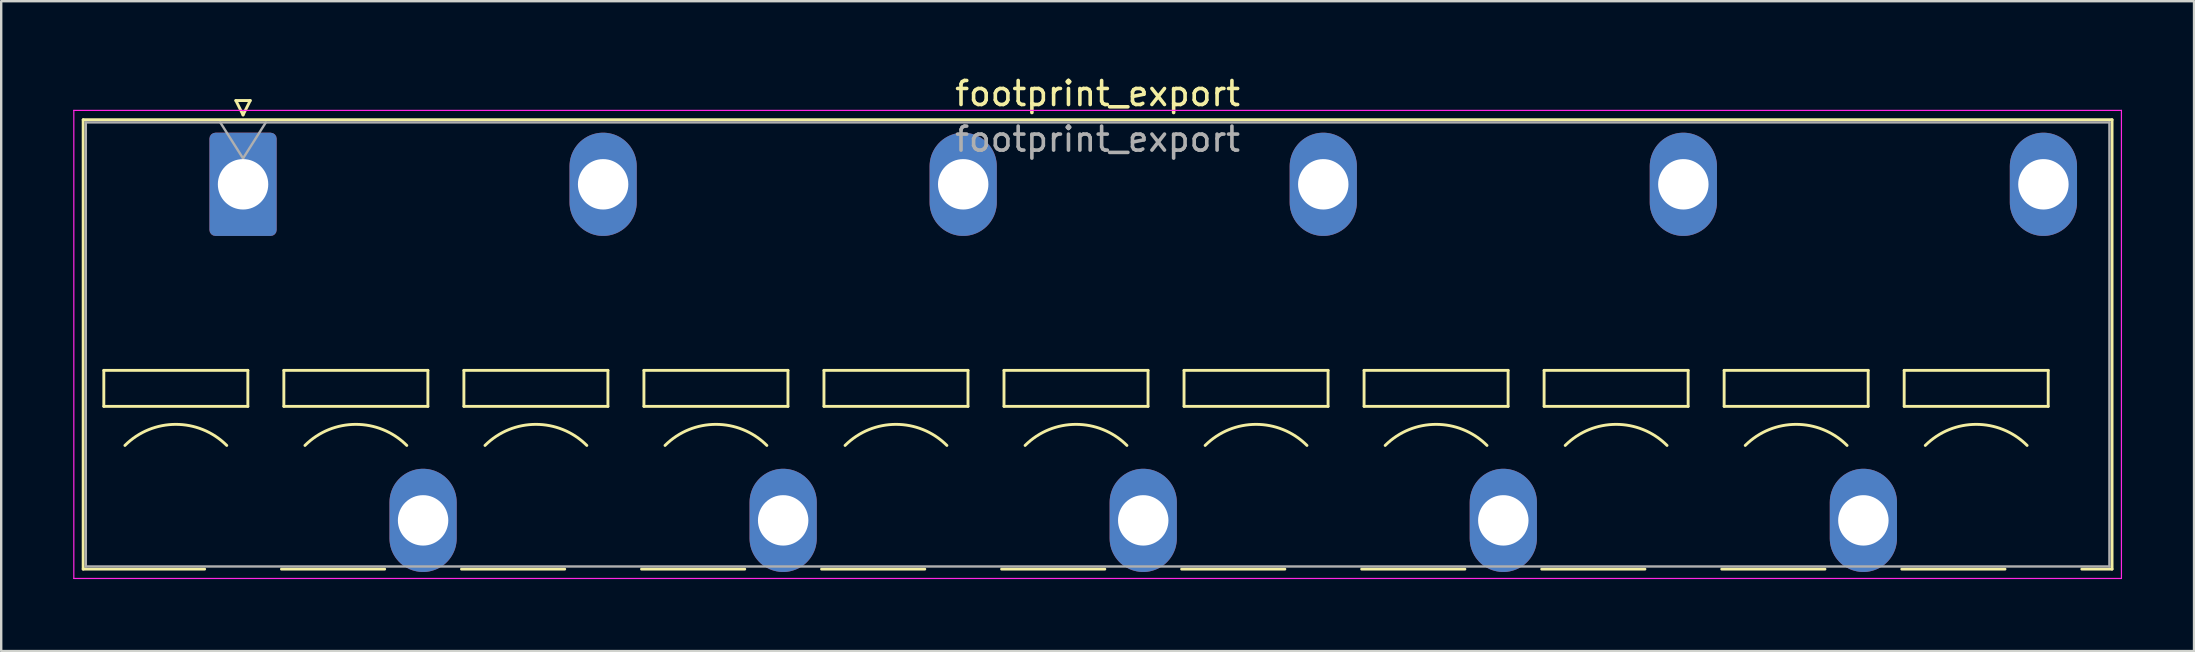
<source format=kicad_pcb>
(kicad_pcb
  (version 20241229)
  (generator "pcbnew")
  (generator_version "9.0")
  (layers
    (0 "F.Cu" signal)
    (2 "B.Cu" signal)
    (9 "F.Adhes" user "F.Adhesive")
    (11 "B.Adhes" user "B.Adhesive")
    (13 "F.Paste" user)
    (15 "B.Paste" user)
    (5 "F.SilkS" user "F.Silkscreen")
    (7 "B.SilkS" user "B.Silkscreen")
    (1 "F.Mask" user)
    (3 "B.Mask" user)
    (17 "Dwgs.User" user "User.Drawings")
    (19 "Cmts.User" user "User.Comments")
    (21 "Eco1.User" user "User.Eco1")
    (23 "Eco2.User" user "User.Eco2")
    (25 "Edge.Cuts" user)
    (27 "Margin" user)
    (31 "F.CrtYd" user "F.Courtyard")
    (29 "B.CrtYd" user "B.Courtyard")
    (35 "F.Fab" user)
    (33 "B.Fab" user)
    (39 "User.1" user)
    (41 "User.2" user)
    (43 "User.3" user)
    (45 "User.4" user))
  (footprint "footprint_export"
    (layer "F.Cu")
    (at 7.075 4.628)
    (property "Reference" "footprint_export" (at 35.6 -3.78 0) (layer "F.SilkS") (effects (font (size 1 1) (thickness 0.15))))
    (attr through_hole)
    (fp_line (start -6.66 -2.69) (end 77.86 -2.69) (stroke (width 0.12) (type solid)) (layer "F.SilkS"))
    (fp_line (start -6.66 16.03) (end -6.66 -2.69) (stroke (width 0.12) (type solid)) (layer "F.SilkS"))
    (fp_line (start -6.66 16.03) (end -1.6 16.03) (stroke (width 0.12) (type solid)) (layer "F.SilkS"))
    (fp_line (start -5.8 7.75) (end -5.8 9.25) (stroke (width 0.12) (type solid)) (layer "F.SilkS"))
    (fp_line (start -5.8 9.25) (end 0.2 9.25) (stroke (width 0.12) (type solid)) (layer "F.SilkS"))
    (fp_line (start -0.3 -3.49) (end 0 -2.89) (stroke (width 0.12) (type solid)) (layer "F.SilkS"))
    (fp_line (start -0.3 -3.49) (end 0.3 -3.49) (stroke (width 0.12) (type solid)) (layer "F.SilkS"))
    (fp_line (start 0.2 7.75) (end -5.8 7.75) (stroke (width 0.12) (type solid)) (layer "F.SilkS"))
    (fp_line (start 0.2 9.25) (end 0.2 7.75) (stroke (width 0.12) (type solid)) (layer "F.SilkS"))
    (fp_line (start 0.3 -3.49) (end 0 -2.89) (stroke (width 0.12) (type solid)) (layer "F.SilkS"))
    (fp_line (start 1.6 16.03) (end 5.9 16.03) (stroke (width 0.12) (type solid)) (layer "F.SilkS"))
    (fp_line (start 1.7 7.75) (end 1.7 9.25) (stroke (width 0.12) (type solid)) (layer "F.SilkS"))
    (fp_line (start 1.7 9.25) (end 7.7 9.25) (stroke (width 0.12) (type solid)) (layer "F.SilkS"))
    (fp_line (start 7.7 7.75) (end 1.7 7.75) (stroke (width 0.12) (type solid)) (layer "F.SilkS"))
    (fp_line (start 7.7 9.25) (end 7.7 7.75) (stroke (width 0.12) (type solid)) (layer "F.SilkS"))
    (fp_line (start 9.1 16.03) (end 13.4 16.03) (stroke (width 0.12) (type solid)) (layer "F.SilkS"))
    (fp_line (start 9.2 7.75) (end 9.2 9.25) (stroke (width 0.12) (type solid)) (layer "F.SilkS"))
    (fp_line (start 9.2 9.25) (end 15.2 9.25) (stroke (width 0.12) (type solid)) (layer "F.SilkS"))
    (fp_line (start 15.2 7.75) (end 9.2 7.75) (stroke (width 0.12) (type solid)) (layer "F.SilkS"))
    (fp_line (start 15.2 9.25) (end 15.2 7.75) (stroke (width 0.12) (type solid)) (layer "F.SilkS"))
    (fp_line (start 16.6 16.03) (end 20.9 16.03) (stroke (width 0.12) (type solid)) (layer "F.SilkS"))
    (fp_line (start 16.7 7.75) (end 16.7 9.25) (stroke (width 0.12) (type solid)) (layer "F.SilkS"))
    (fp_line (start 16.7 9.25) (end 22.7 9.25) (stroke (width 0.12) (type solid)) (layer "F.SilkS"))
    (fp_line (start 22.7 7.75) (end 16.7 7.75) (stroke (width 0.12) (type solid)) (layer "F.SilkS"))
    (fp_line (start 22.7 9.25) (end 22.7 7.75) (stroke (width 0.12) (type solid)) (layer "F.SilkS"))
    (fp_line (start 24.1 16.03) (end 28.4 16.03) (stroke (width 0.12) (type solid)) (layer "F.SilkS"))
    (fp_line (start 24.2 7.75) (end 24.2 9.25) (stroke (width 0.12) (type solid)) (layer "F.SilkS"))
    (fp_line (start 24.2 9.25) (end 30.2 9.25) (stroke (width 0.12) (type solid)) (layer "F.SilkS"))
    (fp_line (start 30.2 7.75) (end 24.2 7.75) (stroke (width 0.12) (type solid)) (layer "F.SilkS"))
    (fp_line (start 30.2 9.25) (end 30.2 7.75) (stroke (width 0.12) (type solid)) (layer "F.SilkS"))
    (fp_line (start 31.6 16.03) (end 35.9 16.03) (stroke (width 0.12) (type solid)) (layer "F.SilkS"))
    (fp_line (start 31.7 7.75) (end 31.7 9.25) (stroke (width 0.12) (type solid)) (layer "F.SilkS"))
    (fp_line (start 31.7 9.25) (end 37.7 9.25) (stroke (width 0.12) (type solid)) (layer "F.SilkS"))
    (fp_line (start 37.7 7.75) (end 31.7 7.75) (stroke (width 0.12) (type solid)) (layer "F.SilkS"))
    (fp_line (start 37.7 9.25) (end 37.7 7.75) (stroke (width 0.12) (type solid)) (layer "F.SilkS"))
    (fp_line (start 39.1 16.03) (end 43.4 16.03) (stroke (width 0.12) (type solid)) (layer "F.SilkS"))
    (fp_line (start 39.2 7.75) (end 39.2 9.25) (stroke (width 0.12) (type solid)) (layer "F.SilkS"))
    (fp_line (start 39.2 9.25) (end 45.2 9.25) (stroke (width 0.12) (type solid)) (layer "F.SilkS"))
    (fp_line (start 45.2 7.75) (end 39.2 7.75) (stroke (width 0.12) (type solid)) (layer "F.SilkS"))
    (fp_line (start 45.2 9.25) (end 45.2 7.75) (stroke (width 0.12) (type solid)) (layer "F.SilkS"))
    (fp_line (start 46.6 16.03) (end 50.9 16.03) (stroke (width 0.12) (type solid)) (layer "F.SilkS"))
    (fp_line (start 46.7 7.75) (end 46.7 9.25) (stroke (width 0.12) (type solid)) (layer "F.SilkS"))
    (fp_line (start 46.7 9.25) (end 52.7 9.25) (stroke (width 0.12) (type solid)) (layer "F.SilkS"))
    (fp_line (start 52.7 7.75) (end 46.7 7.75) (stroke (width 0.12) (type solid)) (layer "F.SilkS"))
    (fp_line (start 52.7 9.25) (end 52.7 7.75) (stroke (width 0.12) (type solid)) (layer "F.SilkS"))
    (fp_line (start 54.1 16.03) (end 58.4 16.03) (stroke (width 0.12) (type solid)) (layer "F.SilkS"))
    (fp_line (start 54.2 7.75) (end 54.2 9.25) (stroke (width 0.12) (type solid)) (layer "F.SilkS"))
    (fp_line (start 54.2 9.25) (end 60.2 9.25) (stroke (width 0.12) (type solid)) (layer "F.SilkS"))
    (fp_line (start 60.2 7.75) (end 54.2 7.75) (stroke (width 0.12) (type solid)) (layer "F.SilkS"))
    (fp_line (start 60.2 9.25) (end 60.2 7.75) (stroke (width 0.12) (type solid)) (layer "F.SilkS"))
    (fp_line (start 61.6 16.03) (end 65.9 16.03) (stroke (width 0.12) (type solid)) (layer "F.SilkS"))
    (fp_line (start 61.7 7.75) (end 61.7 9.25) (stroke (width 0.12) (type solid)) (layer "F.SilkS"))
    (fp_line (start 61.7 9.25) (end 67.7 9.25) (stroke (width 0.12) (type solid)) (layer "F.SilkS"))
    (fp_line (start 67.7 7.75) (end 61.7 7.75) (stroke (width 0.12) (type solid)) (layer "F.SilkS"))
    (fp_line (start 67.7 9.25) (end 67.7 7.75) (stroke (width 0.12) (type solid)) (layer "F.SilkS"))
    (fp_line (start 69.1 16.03) (end 73.4 16.03) (stroke (width 0.12) (type solid)) (layer "F.SilkS"))
    (fp_line (start 69.2 7.75) (end 69.2 9.25) (stroke (width 0.12) (type solid)) (layer "F.SilkS"))
    (fp_line (start 69.2 9.25) (end 75.2 9.25) (stroke (width 0.12) (type solid)) (layer "F.SilkS"))
    (fp_line (start 75.2 7.75) (end 69.2 7.75) (stroke (width 0.12) (type solid)) (layer "F.SilkS"))
    (fp_line (start 75.2 9.25) (end 75.2 7.75) (stroke (width 0.12) (type solid)) (layer "F.SilkS"))
    (fp_line (start 76.6 16.03) (end 77.86 16.03) (stroke (width 0.12) (type solid)) (layer "F.SilkS"))
    (fp_line (start 77.86 -2.69) (end 77.86 16.03) (stroke (width 0.12) (type solid)) (layer "F.SilkS"))
    (fp_arc (start -4.92132 10.87868) (mid -2.8 10) (end -0.67868 10.87868) (stroke (width 0.12) (type solid)) (layer "F.SilkS"))
    (fp_arc (start 2.57868 10.87868) (mid 4.7 10) (end 6.82132 10.87868) (stroke (width 0.12) (type solid)) (layer "F.SilkS"))
    (fp_arc (start 10.07868 10.87868) (mid 12.2 10) (end 14.32132 10.87868) (stroke (width 0.12) (type solid)) (layer "F.SilkS"))
    (fp_arc (start 17.57868 10.87868) (mid 19.7 10) (end 21.82132 10.87868) (stroke (width 0.12) (type solid)) (layer "F.SilkS"))
    (fp_arc (start 25.07868 10.87868) (mid 27.2 10) (end 29.32132 10.87868) (stroke (width 0.12) (type solid)) (layer "F.SilkS"))
    (fp_arc (start 32.57868 10.87868) (mid 34.7 10) (end 36.82132 10.87868) (stroke (width 0.12) (type solid)) (layer "F.SilkS"))
    (fp_arc (start 40.07868 10.87868) (mid 42.2 10) (end 44.32132 10.87868) (stroke (width 0.12) (type solid)) (layer "F.SilkS"))
    (fp_arc (start 47.57868 10.87868) (mid 49.7 10) (end 51.82132 10.87868) (stroke (width 0.12) (type solid)) (layer "F.SilkS"))
    (fp_arc (start 55.07868 10.87868) (mid 57.2 10) (end 59.32132 10.87868) (stroke (width 0.12) (type solid)) (layer "F.SilkS"))
    (fp_arc (start 62.57868 10.87868) (mid 64.7 10) (end 66.82132 10.87868) (stroke (width 0.12) (type solid)) (layer "F.SilkS"))
    (fp_arc (start 70.07868 10.87868) (mid 72.2 10) (end 74.32132 10.87868) (stroke (width 0.12) (type solid)) (layer "F.SilkS"))
    (fp_line (start -7.05 -3.08) (end -7.05 16.42) (stroke (width 0.05) (type solid)) (layer "F.CrtYd"))
    (fp_line (start -7.05 16.42) (end 78.25 16.42) (stroke (width 0.05) (type solid)) (layer "F.CrtYd"))
    (fp_line (start 78.25 -3.08) (end -7.05 -3.08) (stroke (width 0.05) (type solid)) (layer "F.CrtYd"))
    (fp_line (start 78.25 16.42) (end 78.25 -3.08) (stroke (width 0.05) (type solid)) (layer "F.CrtYd"))
    (fp_line (start -6.55 -2.58) (end -6.55 15.92) (stroke (width 0.1) (type solid)) (layer "F.Fab"))
    (fp_line (start -6.55 15.92) (end 77.75 15.92) (stroke (width 0.1) (type solid)) (layer "F.Fab"))
    (fp_line (start -0.95 -2.58) (end 0 -1.08) (stroke (width 0.1) (type solid)) (layer "F.Fab"))
    (fp_line (start 0.95 -2.58) (end 0 -1.08) (stroke (width 0.1) (type solid)) (layer "F.Fab"))
    (fp_line (start 77.75 -2.58) (end -6.55 -2.58) (stroke (width 0.1) (type solid)) (layer "F.Fab"))
    (fp_line (start 77.75 15.92) (end 77.75 -2.58) (stroke (width 0.1) (type solid)) (layer "F.Fab"))
    (fp_text user "${REFERENCE}" (at 35.6 -1.88 0) (layer "F.Fab") (effects (font (size 1 1) (thickness 0.15))))
    (pad "1" thru_hole roundrect (at 0 0) (size 2.8 4.3) (drill 2.1) (layers "*.Cu" "*.Mask") (roundrect_rratio 0.089))
    (pad "2" thru_hole oval (at 7.5 14) (size 2.8 4.3) (drill 2.1) (layers "*.Cu" "*.Mask"))
    (pad "3" thru_hole oval (at 15 0) (size 2.8 4.3) (drill 2.1) (layers "*.Cu" "*.Mask"))
    (pad "4" thru_hole oval (at 22.5 14) (size 2.8 4.3) (drill 2.1) (layers "*.Cu" "*.Mask"))
    (pad "5" thru_hole oval (at 30 0) (size 2.8 4.3) (drill 2.1) (layers "*.Cu" "*.Mask"))
    (pad "6" thru_hole oval (at 37.5 14) (size 2.8 4.3) (drill 2.1) (layers "*.Cu" "*.Mask"))
    (pad "7" thru_hole oval (at 45 0) (size 2.8 4.3) (drill 2.1) (layers "*.Cu" "*.Mask"))
    (pad "8" thru_hole oval (at 52.5 14) (size 2.8 4.3) (drill 2.1) (layers "*.Cu" "*.Mask"))
    (pad "9" thru_hole oval (at 60 0) (size 2.8 4.3) (drill 2.1) (layers "*.Cu" "*.Mask"))
    (pad "10" thru_hole oval (at 67.5 14) (size 2.8 4.3) (drill 2.1) (layers "*.Cu" "*.Mask"))
    (pad "11" thru_hole oval (at 75 0) (size 2.8 4.3) (drill 2.1) (layers "*.Cu" "*.Mask")))
  (gr_rect
    (start -3 -3)
    (end 88.35 24.073)
    (stroke (width 0.1) (type default))
    (fill no)
    (layer "Edge.Cuts")))
</source>
